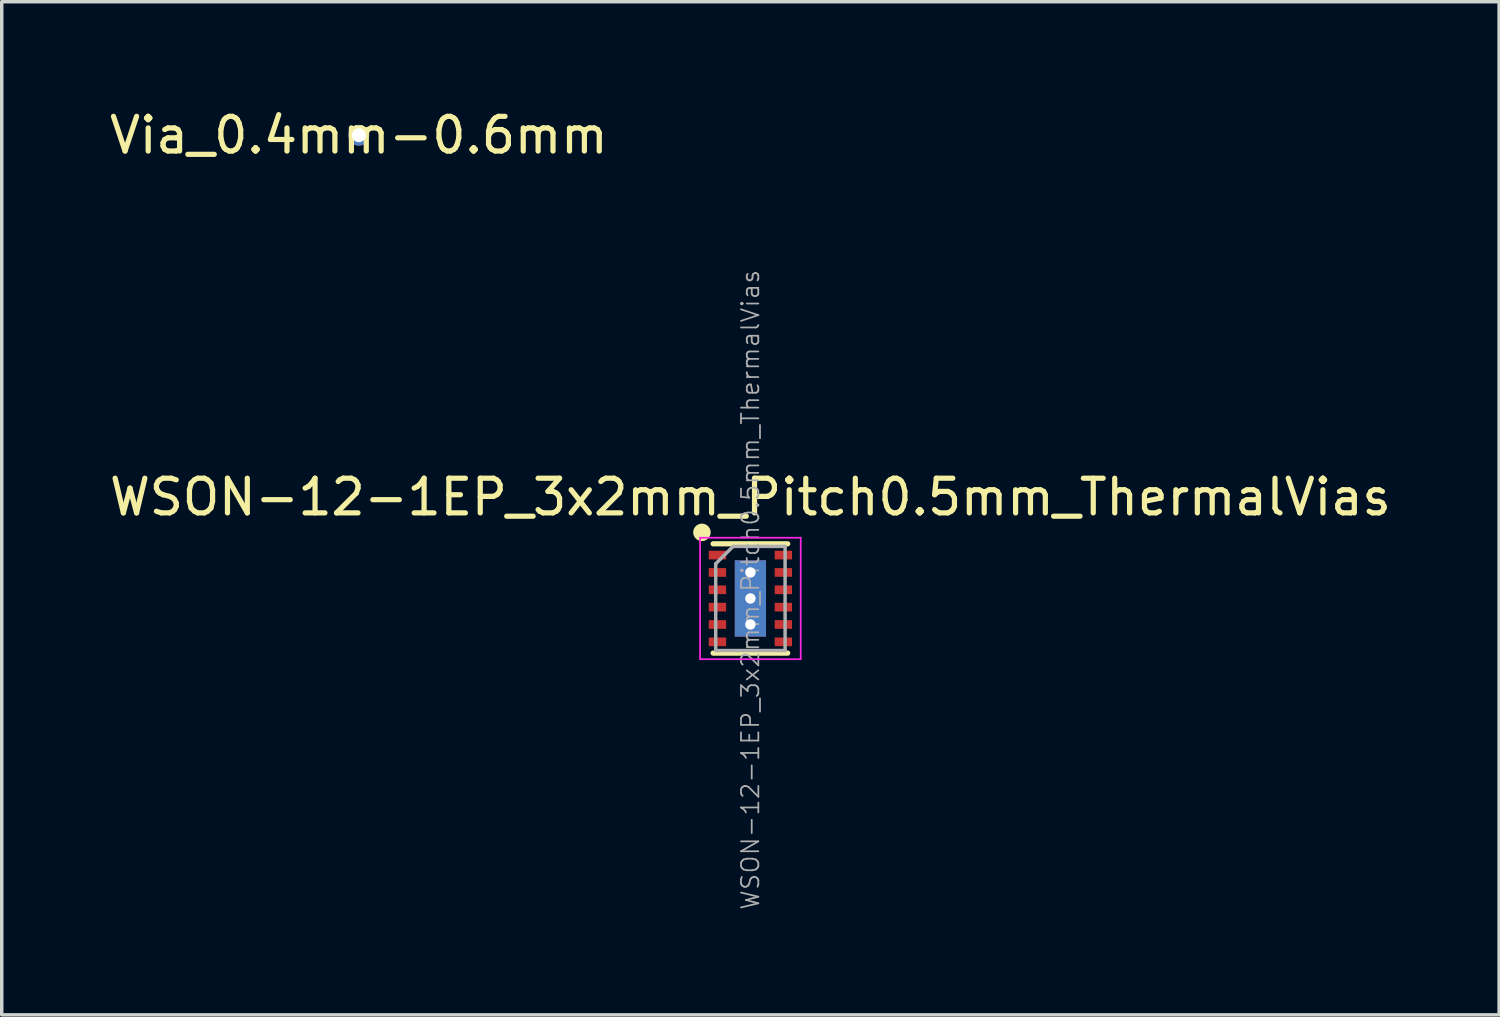
<source format=kicad_pcb>
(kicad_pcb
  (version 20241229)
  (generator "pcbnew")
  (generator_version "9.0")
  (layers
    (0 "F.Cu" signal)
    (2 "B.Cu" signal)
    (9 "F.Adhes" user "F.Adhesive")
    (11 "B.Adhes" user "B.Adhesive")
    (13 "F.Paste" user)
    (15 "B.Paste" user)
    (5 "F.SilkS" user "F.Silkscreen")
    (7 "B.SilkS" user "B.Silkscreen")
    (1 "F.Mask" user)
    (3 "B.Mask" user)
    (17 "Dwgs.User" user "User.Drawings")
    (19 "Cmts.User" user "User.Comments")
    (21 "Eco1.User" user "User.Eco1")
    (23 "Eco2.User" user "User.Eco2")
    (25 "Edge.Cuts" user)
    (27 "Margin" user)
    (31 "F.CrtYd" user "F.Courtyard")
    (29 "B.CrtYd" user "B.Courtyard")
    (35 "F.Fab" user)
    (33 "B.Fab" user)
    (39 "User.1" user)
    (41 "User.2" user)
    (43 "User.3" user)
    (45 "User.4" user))
  (footprint "Via_0.4mm-0.6mm"
    (layer "F.Cu")
    (at 7.292 0.848)
    (property "Reference" "Via_0.4mm-0.6mm" (at 0 0 0) (layer "F.SilkS") (effects (font (size 1 1) (thickness 0.15))))
    (attr through_hole)
    (pad "1" thru_hole circle (at 0 0) (size 0.6 0.6) (drill 0.4) (layers "*.Cu")))
  (footprint "WSON-12-1EP_3x2mm_Pitch0.5mm_ThermalVias"
    (layer "F.Cu")
    (at 18.577 14.198)
    (property "Reference" "WSON-12-1EP_3x2mm_Pitch0.5mm_ThermalVias" (at 0 -2.921 0) (layer "F.SilkS") (effects (font (size 1 1) (thickness 0.15))))
    (attr smd)
    (fp_line (start 1.075 -1.575) (end -1.075 -1.575) (stroke (width 0.15) (type solid)) (layer "F.SilkS"))
    (fp_line (start 1.075 1.575) (end -1.075 1.575) (stroke (width 0.15) (type solid)) (layer "F.SilkS"))
    (fp_circle (center -1.397 -1.905) (end -1.27 -1.905) (stroke (width 0.25) (type solid)) (fill no) (layer "F.SilkS"))
    (fp_line (start -1.45 -1.75) (end 1.45 -1.75) (stroke (width 0.05) (type solid)) (layer "F.CrtYd"))
    (fp_line (start -1.45 1.75) (end -1.45 -1.75) (stroke (width 0.05) (type solid)) (layer "F.CrtYd"))
    (fp_line (start 1.45 -1.75) (end 1.45 1.75) (stroke (width 0.05) (type solid)) (layer "F.CrtYd"))
    (fp_line (start 1.45 1.75) (end -1.45 1.75) (stroke (width 0.05) (type solid)) (layer "F.CrtYd"))
    (fp_line (start -1 -1) (end -0.5 -1.5) (stroke (width 0.1) (type solid)) (layer "F.Fab"))
    (fp_line (start -1 1.5) (end -1 -1) (stroke (width 0.1) (type solid)) (layer "F.Fab"))
    (fp_line (start -0.5 -1.5) (end 1 -1.5) (stroke (width 0.1) (type solid)) (layer "F.Fab"))
    (fp_line (start 1 -1.5) (end 1 1.5) (stroke (width 0.1) (type solid)) (layer "F.Fab"))
    (fp_line (start 1 1.5) (end -1 1.5) (stroke (width 0.1) (type solid)) (layer "F.Fab"))
    (fp_text user "${REFERENCE}" (at 0 -0.25 90) (layer "F.Fab") (effects (font (size 0.5 0.5) (thickness 0.05))))
    (pad "1" smd rect (at -0.95 -1.25) (size 0.5 0.25) (layers "F.Cu" "F.Mask" "F.Paste"))
    (pad "2" smd rect (at -0.95 -0.75) (size 0.5 0.25) (layers "F.Cu" "F.Mask" "F.Paste"))
    (pad "3" smd rect (at -0.95 -0.25) (size 0.5 0.25) (layers "F.Cu" "F.Mask" "F.Paste"))
    (pad "4" smd rect (at -0.95 0.25) (size 0.5 0.25) (layers "F.Cu" "F.Mask" "F.Paste"))
    (pad "5" smd rect (at -0.95 0.75) (size 0.5 0.25) (layers "F.Cu" "F.Mask" "F.Paste"))
    (pad "6" smd rect (at -0.95 1.25) (size 0.5 0.25) (layers "F.Cu" "F.Mask" "F.Paste"))
    (pad "7" smd rect (at 0.95 1.25) (size 0.5 0.25) (layers "F.Cu" "F.Mask" "F.Paste"))
    (pad "8" smd rect (at 0.95 0.75) (size 0.5 0.25) (layers "F.Cu" "F.Mask" "F.Paste"))
    (pad "9" smd rect (at 0.95 0.25) (size 0.5 0.25) (layers "F.Cu" "F.Mask" "F.Paste"))
    (pad "10" smd rect (at 0.95 -0.25) (size 0.5 0.25) (layers "F.Cu" "F.Mask" "F.Paste"))
    (pad "11" smd rect (at 0.95 -0.75) (size 0.5 0.25) (layers "F.Cu" "F.Mask" "F.Paste"))
    (pad "12" smd rect (at 0.95 -1.25) (size 0.5 0.25) (layers "F.Cu" "F.Mask" "F.Paste"))
    (pad "13" thru_hole circle (at 0 -0.75 90) (size 0.4 0.4) (drill 0.3) (layers "*.Cu" "*.Mask"))
    (pad "13" thru_hole rect (at 0 0) (size 0.9 2.2) (drill 0.3) (layers "*.Cu" "*.Mask"))
    (pad "13" thru_hole circle (at 0 0.75) (size 0.4 0.4) (drill 0.3) (layers "*.Cu" "*.Mask")))
  (gr_rect
    (start -3 -3)
    (end 40.155 26.199)
    (stroke (width 0.1) (type default))
    (fill no)
    (layer "Edge.Cuts")))
</source>
